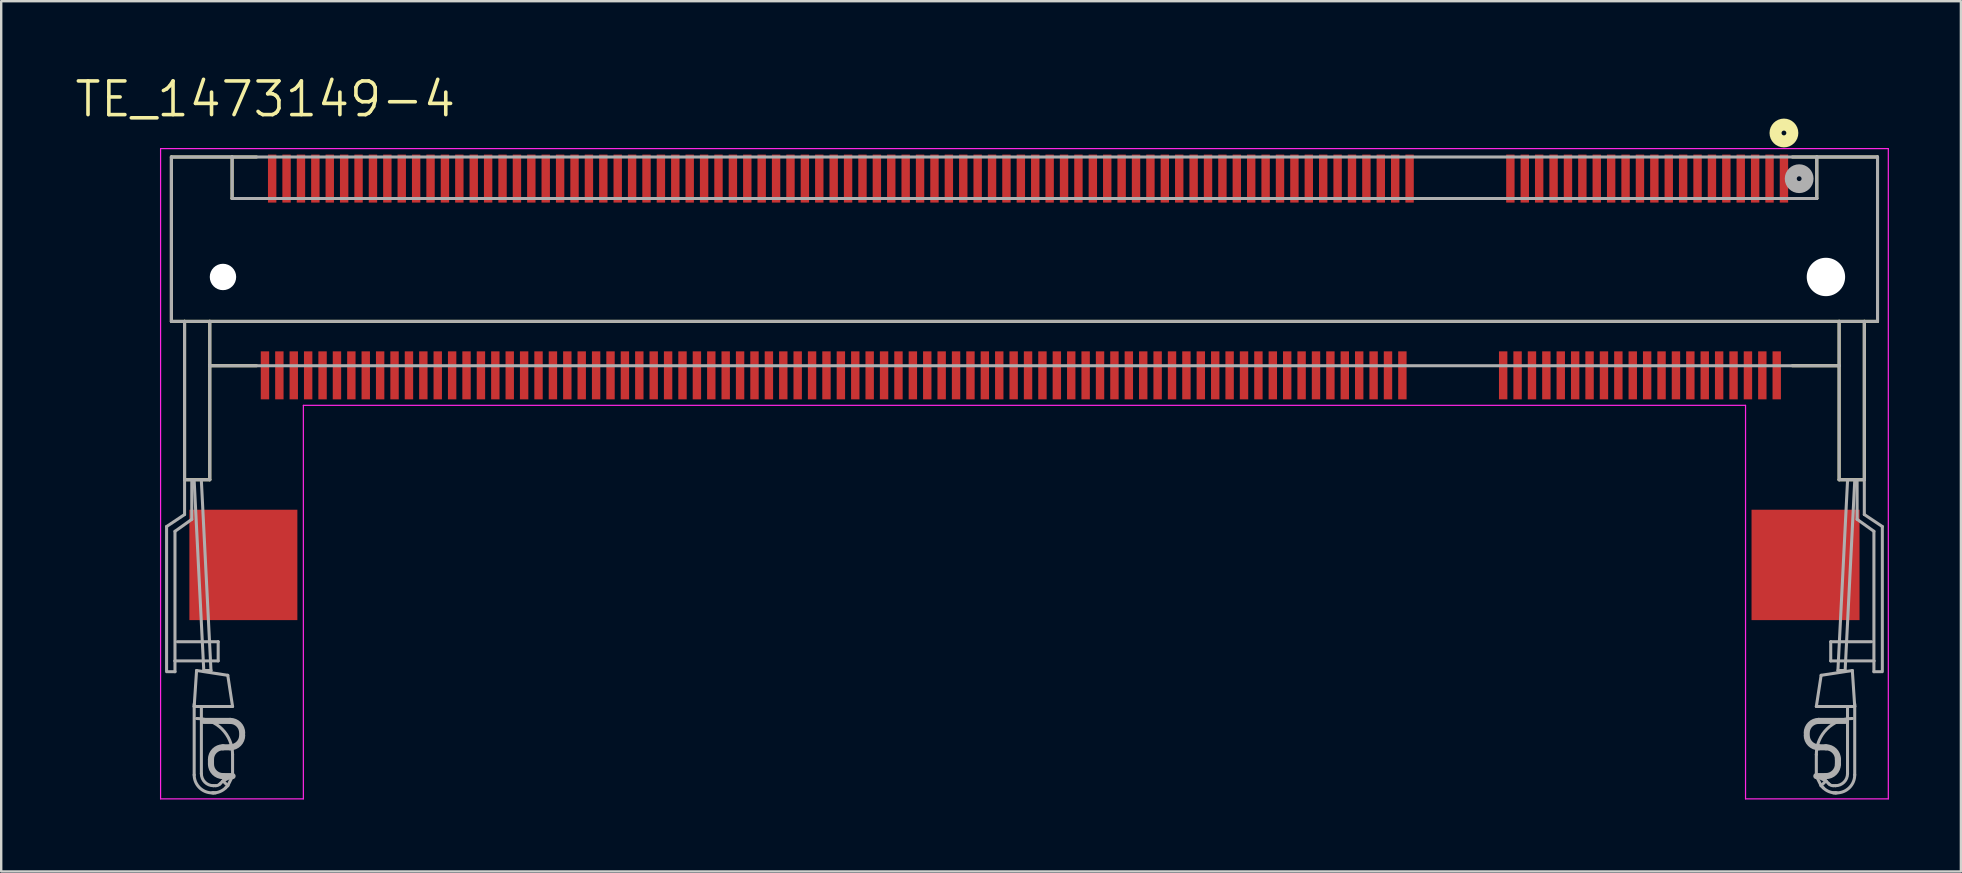
<source format=kicad_pcb>
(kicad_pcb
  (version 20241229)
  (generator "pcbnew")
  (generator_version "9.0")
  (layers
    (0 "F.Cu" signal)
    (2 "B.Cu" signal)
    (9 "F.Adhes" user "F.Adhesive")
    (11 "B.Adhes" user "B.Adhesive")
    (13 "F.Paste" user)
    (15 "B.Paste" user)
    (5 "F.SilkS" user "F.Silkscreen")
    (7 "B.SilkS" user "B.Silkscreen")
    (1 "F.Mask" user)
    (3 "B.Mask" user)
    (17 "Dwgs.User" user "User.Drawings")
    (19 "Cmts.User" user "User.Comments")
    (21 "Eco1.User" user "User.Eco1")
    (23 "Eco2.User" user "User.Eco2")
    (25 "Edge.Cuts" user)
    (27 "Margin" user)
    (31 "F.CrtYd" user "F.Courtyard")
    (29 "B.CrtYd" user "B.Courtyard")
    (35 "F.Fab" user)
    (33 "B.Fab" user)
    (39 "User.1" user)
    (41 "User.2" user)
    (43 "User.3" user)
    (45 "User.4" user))
  (footprint "TE_1473149-4"
    (layer "F.Cu")
    (at 39.642 8.492)
    (property "Reference" "TE_1473149-4" (at -31.637 -7.408 0) (layer "F.SilkS") (effects (font (size 1.404 1.404) (thickness 0.15))))
    (attr smd)
    (fp_line (start -35.55 -5) (end -35.55 1.85) (stroke (width 0.127) (type solid)) (layer "F.SilkS"))
    (fp_line (start -35.55 -5) (end -33.02 -5) (stroke (width 0.127) (type solid)) (layer "F.SilkS"))
    (fp_line (start -35.55 1.85) (end -35 1.85) (stroke (width 0.127) (type solid)) (layer "F.SilkS"))
    (fp_line (start -35 1.85) (end -35 8.45) (stroke (width 0.127) (type solid)) (layer "F.SilkS"))
    (fp_line (start -35 1.85) (end -33.95 1.85) (stroke (width 0.127) (type solid)) (layer "F.SilkS"))
    (fp_line (start -33.95 1.85) (end -33.95 3.7) (stroke (width 0.127) (type solid)) (layer "F.SilkS"))
    (fp_line (start -33.95 1.85) (end 33.95 1.85) (stroke (width 0.127) (type solid)) (layer "F.SilkS"))
    (fp_line (start -33.95 3.7) (end -33.95 8.45) (stroke (width 0.127) (type solid)) (layer "F.SilkS"))
    (fp_line (start -33.95 3.7) (end -32 3.7) (stroke (width 0.127) (type solid)) (layer "F.SilkS"))
    (fp_line (start -33.95 8.45) (end -35 8.45) (stroke (width 0.127) (type solid)) (layer "F.SilkS"))
    (fp_line (start -33.02 -5) (end -33.02 -3.27) (stroke (width 0.127) (type solid)) (layer "F.SilkS"))
    (fp_line (start -33.02 -3.27) (end -32 -3.27) (stroke (width 0.127) (type solid)) (layer "F.SilkS"))
    (fp_line (start -33 -5) (end -32 -5) (stroke (width 0.127) (type solid)) (layer "F.SilkS"))
    (fp_line (start 32 -5) (end 33 -5) (stroke (width 0.127) (type solid)) (layer "F.SilkS"))
    (fp_line (start 32 3.7) (end 33.95 3.7) (stroke (width 0.127) (type solid)) (layer "F.SilkS"))
    (fp_line (start 33.02 -5) (end 33.02 -3.27) (stroke (width 0.127) (type solid)) (layer "F.SilkS"))
    (fp_line (start 33.02 -3.27) (end 32 -3.27) (stroke (width 0.127) (type solid)) (layer "F.SilkS"))
    (fp_line (start 33.95 1.85) (end 33.95 8.45) (stroke (width 0.127) (type solid)) (layer "F.SilkS"))
    (fp_line (start 33.95 1.85) (end 35 1.85) (stroke (width 0.127) (type solid)) (layer "F.SilkS"))
    (fp_line (start 33.95 8.45) (end 35 8.45) (stroke (width 0.127) (type solid)) (layer "F.SilkS"))
    (fp_line (start 35 1.85) (end 35.55 1.85) (stroke (width 0.127) (type solid)) (layer "F.SilkS"))
    (fp_line (start 35 8.45) (end 35 1.85) (stroke (width 0.127) (type solid)) (layer "F.SilkS"))
    (fp_line (start 35.55 -5) (end 33.02 -5) (stroke (width 0.127) (type solid)) (layer "F.SilkS"))
    (fp_line (start 35.55 1.85) (end 35.55 -5) (stroke (width 0.127) (type solid)) (layer "F.SilkS"))
    (fp_circle (center 31.65 -6) (end 31.75 -6) (stroke (width 0.5) (type solid)) (fill no) (layer "F.SilkS"))
    (fp_line (start -36 -5.35) (end 36 -5.35) (stroke (width 0.05) (type solid)) (layer "F.CrtYd"))
    (fp_line (start -36 21.75) (end -36 -5.35) (stroke (width 0.05) (type solid)) (layer "F.CrtYd"))
    (fp_line (start -36 21.75) (end -30.05 21.75) (stroke (width 0.05) (type solid)) (layer "F.CrtYd"))
    (fp_line (start -30.05 5.35) (end 30.05 5.35) (stroke (width 0.05) (type solid)) (layer "F.CrtYd"))
    (fp_line (start -30.05 21.75) (end -30.05 5.35) (stroke (width 0.05) (type solid)) (layer "F.CrtYd"))
    (fp_line (start 30.05 5.35) (end 30.05 21.75) (stroke (width 0.05) (type solid)) (layer "F.CrtYd"))
    (fp_line (start 30.05 21.75) (end 36 21.75) (stroke (width 0.05) (type solid)) (layer "F.CrtYd"))
    (fp_line (start 36 -5.35) (end 36 21.75) (stroke (width 0.05) (type solid)) (layer "F.CrtYd"))
    (fp_line (start -35.75 10.4) (end -35.75 16.45) (stroke (width 0.127) (type solid)) (layer "F.Fab"))
    (fp_line (start -35.7 16.45) (end -35.4 16.45) (stroke (width 0.127) (type solid)) (layer "F.Fab"))
    (fp_line (start -35.55 -5) (end -35.55 1.85) (stroke (width 0.127) (type solid)) (layer "F.Fab"))
    (fp_line (start -35.55 1.85) (end -35 1.85) (stroke (width 0.127) (type solid)) (layer "F.Fab"))
    (fp_line (start -35.4 16) (end -35.4 10.6) (stroke (width 0.127) (type solid)) (layer "F.Fab"))
    (fp_line (start -35.4 16.45) (end -35.4 16) (stroke (width 0.127) (type solid)) (layer "F.Fab"))
    (fp_line (start -35.3 15.2) (end -33.6 15.2) (stroke (width 0.127) (type solid)) (layer "F.Fab"))
    (fp_line (start -35 1.85) (end -35 8.45) (stroke (width 0.127) (type solid)) (layer "F.Fab"))
    (fp_line (start -35 1.85) (end -33.95 1.85) (stroke (width 0.127) (type solid)) (layer "F.Fab"))
    (fp_line (start -35 8.45) (end -35 9.9) (stroke (width 0.127) (type solid)) (layer "F.Fab"))
    (fp_line (start -35 8.45) (end -33.95 8.45) (stroke (width 0.127) (type solid)) (layer "F.Fab"))
    (fp_line (start -35 9.9) (end -35.75 10.4) (stroke (width 0.127) (type solid)) (layer "F.Fab"))
    (fp_line (start -34.7 8.5) (end -34.7 10.1) (stroke (width 0.127) (type solid)) (layer "F.Fab"))
    (fp_line (start -34.7 10.1) (end -35.4 10.6) (stroke (width 0.127) (type solid)) (layer "F.Fab"))
    (fp_line (start -34.6 8.5) (end -34.2 16.4) (stroke (width 0.127) (type solid)) (layer "F.Fab"))
    (fp_line (start -34.6 17.8) (end -34.6 20.75) (stroke (width 0.127) (type solid)) (layer "F.Fab"))
    (fp_line (start -34.6 17.9) (end -34.5 16.4) (stroke (width 0.127) (type solid)) (layer "F.Fab"))
    (fp_line (start -34.5 16.4) (end -33.2 16.6) (stroke (width 0.127) (type solid)) (layer "F.Fab"))
    (fp_line (start -34.3 17.9) (end -34.6 17.9) (stroke (width 0.127) (type solid)) (layer "F.Fab"))
    (fp_line (start -34.3 20.7) (end -34.3 17.9) (stroke (width 0.127) (type solid)) (layer "F.Fab"))
    (fp_line (start -34.2 16.4) (end -33.9 16.4) (stroke (width 0.127) (type solid)) (layer "F.Fab"))
    (fp_line (start -33.95 1.85) (end 33.95 1.85) (stroke (width 0.127) (type solid)) (layer "F.Fab"))
    (fp_line (start -33.95 3.7) (end -33.95 1.85) (stroke (width 0.127) (type solid)) (layer "F.Fab"))
    (fp_line (start -33.95 8.45) (end -33.95 3.7) (stroke (width 0.127) (type solid)) (layer "F.Fab"))
    (fp_line (start -33.9 16.4) (end -34.3 8.5) (stroke (width 0.127) (type solid)) (layer "F.Fab"))
    (fp_line (start -33.9 20.3) (end -33.9 20.1) (stroke (width 0.254) (type solid)) (layer "F.Fab"))
    (fp_line (start -33.85 21.5) (end -33.8 21.5) (stroke (width 0.127) (type solid)) (layer "F.Fab"))
    (fp_line (start -33.8 21.5) (end -33.707 21.5) (stroke (width 0.127) (type solid)) (layer "F.Fab"))
    (fp_line (start -33.707 21.2) (end -33.8 21.2) (stroke (width 0.127) (type solid)) (layer "F.Fab"))
    (fp_line (start -33.6 15.2) (end -33.6 16) (stroke (width 0.127) (type solid)) (layer "F.Fab"))
    (fp_line (start -33.6 16) (end -35.4 16) (stroke (width 0.127) (type solid)) (layer "F.Fab"))
    (fp_line (start -33.529 21.129) (end -33.4 21) (stroke (width 0.127) (type solid)) (layer "F.Fab"))
    (fp_line (start -33.4 19.6) (end -33.1 19.6) (stroke (width 0.254) (type solid)) (layer "F.Fab"))
    (fp_line (start -33.288 21.288) (end -33.2 21.2) (stroke (width 0.127) (type solid)) (layer "F.Fab"))
    (fp_line (start -33.2 16.6) (end -33 17.9) (stroke (width 0.127) (type solid)) (layer "F.Fab"))
    (fp_line (start -33.2 21.2) (end -33.4 21) (stroke (width 0.127) (type solid)) (layer "F.Fab"))
    (fp_line (start -33.2 21.2) (end -33 20.8) (stroke (width 0.127) (type solid)) (layer "F.Fab"))
    (fp_line (start -33.1 18.5) (end -34.2 18.5) (stroke (width 0.254) (type solid)) (layer "F.Fab"))
    (fp_line (start -33.02 -5) (end -35.55 -5) (stroke (width 0.127) (type solid)) (layer "F.Fab"))
    (fp_line (start -33.02 -3.27) (end -33.02 -5) (stroke (width 0.127) (type solid)) (layer "F.Fab"))
    (fp_line (start -33 17.9) (end -34.3 17.9) (stroke (width 0.127) (type solid)) (layer "F.Fab"))
    (fp_line (start -33 20.8) (end -33.4 20.8) (stroke (width 0.254) (type solid)) (layer "F.Fab"))
    (fp_line (start -33 20.8) (end -33.4 21) (stroke (width 0.127) (type solid)) (layer "F.Fab"))
    (fp_line (start -33 20.8) (end -33 19.9) (stroke (width 0.127) (type solid)) (layer "F.Fab"))
    (fp_line (start -32.6 19.1) (end -32.6 19) (stroke (width 0.127) (type solid)) (layer "F.Fab"))
    (fp_line (start 32.6 19.1) (end 32.6 19) (stroke (width 0.127) (type solid)) (layer "F.Fab"))
    (fp_line (start 33 17.9) (end 34.3 17.9) (stroke (width 0.127) (type solid)) (layer "F.Fab"))
    (fp_line (start 33 20.8) (end 33 19.9) (stroke (width 0.127) (type solid)) (layer "F.Fab"))
    (fp_line (start 33 20.8) (end 33.4 20.8) (stroke (width 0.254) (type solid)) (layer "F.Fab"))
    (fp_line (start 33 20.8) (end 33.4 21) (stroke (width 0.127) (type solid)) (layer "F.Fab"))
    (fp_line (start 33.02 -5) (end -33.02 -5) (stroke (width 0.127) (type solid)) (layer "F.Fab"))
    (fp_line (start 33.02 -5) (end 33.02 -3.27) (stroke (width 0.127) (type solid)) (layer "F.Fab"))
    (fp_line (start 33.02 -3.27) (end -33.02 -3.27) (stroke (width 0.127) (type solid)) (layer "F.Fab"))
    (fp_line (start 33.1 18.5) (end 34.2 18.5) (stroke (width 0.254) (type solid)) (layer "F.Fab"))
    (fp_line (start 33.2 16.6) (end 33 17.9) (stroke (width 0.127) (type solid)) (layer "F.Fab"))
    (fp_line (start 33.2 21.2) (end 33 20.8) (stroke (width 0.127) (type solid)) (layer "F.Fab"))
    (fp_line (start 33.2 21.2) (end 33.4 21) (stroke (width 0.127) (type solid)) (layer "F.Fab"))
    (fp_line (start 33.288 21.288) (end 33.2 21.2) (stroke (width 0.127) (type solid)) (layer "F.Fab"))
    (fp_line (start 33.4 19.6) (end 33.1 19.6) (stroke (width 0.254) (type solid)) (layer "F.Fab"))
    (fp_line (start 33.529 21.129) (end 33.4 21) (stroke (width 0.127) (type solid)) (layer "F.Fab"))
    (fp_line (start 33.6 15.2) (end 33.6 16) (stroke (width 0.127) (type solid)) (layer "F.Fab"))
    (fp_line (start 33.6 16) (end 35.4 16) (stroke (width 0.127) (type solid)) (layer "F.Fab"))
    (fp_line (start 33.707 21.2) (end 33.8 21.2) (stroke (width 0.127) (type solid)) (layer "F.Fab"))
    (fp_line (start 33.8 21.5) (end 33.707 21.5) (stroke (width 0.127) (type solid)) (layer "F.Fab"))
    (fp_line (start 33.85 21.5) (end 33.8 21.5) (stroke (width 0.127) (type solid)) (layer "F.Fab"))
    (fp_line (start 33.9 16.4) (end 34.3 8.5) (stroke (width 0.127) (type solid)) (layer "F.Fab"))
    (fp_line (start 33.9 20.3) (end 33.9 20.1) (stroke (width 0.254) (type solid)) (layer "F.Fab"))
    (fp_line (start 33.95 1.85) (end 33.95 3.7) (stroke (width 0.127) (type solid)) (layer "F.Fab"))
    (fp_line (start 33.95 1.85) (end 35.55 1.85) (stroke (width 0.127) (type solid)) (layer "F.Fab"))
    (fp_line (start 33.95 3.7) (end -33.95 3.7) (stroke (width 0.127) (type solid)) (layer "F.Fab"))
    (fp_line (start 33.95 8.45) (end 33.95 3.7) (stroke (width 0.127) (type solid)) (layer "F.Fab"))
    (fp_line (start 34.2 16.4) (end 33.9 16.4) (stroke (width 0.127) (type solid)) (layer "F.Fab"))
    (fp_line (start 34.3 17.9) (end 34.6 17.9) (stroke (width 0.127) (type solid)) (layer "F.Fab"))
    (fp_line (start 34.3 20.7) (end 34.3 17.9) (stroke (width 0.127) (type solid)) (layer "F.Fab"))
    (fp_line (start 34.5 16.4) (end 33.2 16.6) (stroke (width 0.127) (type solid)) (layer "F.Fab"))
    (fp_line (start 34.6 8.5) (end 34.2 16.4) (stroke (width 0.127) (type solid)) (layer "F.Fab"))
    (fp_line (start 34.6 17.8) (end 34.6 20.75) (stroke (width 0.127) (type solid)) (layer "F.Fab"))
    (fp_line (start 34.6 17.9) (end 34.5 16.4) (stroke (width 0.127) (type solid)) (layer "F.Fab"))
    (fp_line (start 34.7 8.5) (end 34.7 10.1) (stroke (width 0.127) (type solid)) (layer "F.Fab"))
    (fp_line (start 34.7 10.1) (end 35.4 10.6) (stroke (width 0.127) (type solid)) (layer "F.Fab"))
    (fp_line (start 35 1.85) (end 35 8.45) (stroke (width 0.127) (type solid)) (layer "F.Fab"))
    (fp_line (start 35 8.45) (end 33.95 8.45) (stroke (width 0.127) (type solid)) (layer "F.Fab"))
    (fp_line (start 35 8.45) (end 35 9.9) (stroke (width 0.127) (type solid)) (layer "F.Fab"))
    (fp_line (start 35 9.9) (end 35.75 10.4) (stroke (width 0.127) (type solid)) (layer "F.Fab"))
    (fp_line (start 35.3 15.2) (end 33.6 15.2) (stroke (width 0.127) (type solid)) (layer "F.Fab"))
    (fp_line (start 35.4 16) (end 35.4 10.6) (stroke (width 0.127) (type solid)) (layer "F.Fab"))
    (fp_line (start 35.4 16.45) (end 35.4 16) (stroke (width 0.127) (type solid)) (layer "F.Fab"))
    (fp_line (start 35.55 -5) (end 33.02 -5) (stroke (width 0.127) (type solid)) (layer "F.Fab"))
    (fp_line (start 35.55 1.85) (end 35.55 -5) (stroke (width 0.127) (type solid)) (layer "F.Fab"))
    (fp_line (start 35.7 16.45) (end 35.4 16.45) (stroke (width 0.127) (type solid)) (layer "F.Fab"))
    (fp_line (start 35.75 10.4) (end 35.75 16.45) (stroke (width 0.127) (type solid)) (layer "F.Fab"))
    (fp_arc (start -34.5 18.4) (mid -33.43934 18.83934) (end -33 19.9) (stroke (width 0.127) (type solid)) (layer "F.Fab"))
    (fp_arc (start -33.9 20.1) (mid -33.753553 19.746447) (end -33.4 19.6) (stroke (width 0.254) (type solid)) (layer "F.Fab"))
    (fp_arc (start -33.85 21.5) (mid -34.38033 21.28033) (end -34.6 20.75) (stroke (width 0.127) (type solid)) (layer "F.Fab"))
    (fp_arc (start -33.8 21.2) (mid -34.153553 21.053553) (end -34.3 20.7) (stroke (width 0.127) (type solid)) (layer "F.Fab"))
    (fp_arc (start -33.5293 21.1293) (mid -33.607619 21.181627) (end -33.7 21.2) (stroke (width 0.127) (type solid)) (layer "F.Fab"))
    (fp_arc (start -33.4 20.8) (mid -33.753553 20.653553) (end -33.9 20.3) (stroke (width 0.254) (type solid)) (layer "F.Fab"))
    (fp_arc (start -33.2879 21.2879) (mid -33.522855 21.444881) (end -33.8 21.5) (stroke (width 0.127) (type solid)) (layer "F.Fab"))
    (fp_arc (start -33.1 18.5) (mid -32.746447 18.646447) (end -32.6 19) (stroke (width 0.254) (type solid)) (layer "F.Fab"))
    (fp_arc (start -32.6 19.1) (mid -32.746447 19.453553) (end -33.1 19.6) (stroke (width 0.254) (type solid)) (layer "F.Fab"))
    (fp_arc (start 32.6 19) (mid 32.746447 18.646447) (end 33.1 18.5) (stroke (width 0.254) (type solid)) (layer "F.Fab"))
    (fp_arc (start 33 19.9) (mid 33.43934 18.83934) (end 34.5 18.4) (stroke (width 0.127) (type solid)) (layer "F.Fab"))
    (fp_arc (start 33.1 19.6) (mid 32.746447 19.453553) (end 32.6 19.1) (stroke (width 0.254) (type solid)) (layer "F.Fab"))
    (fp_arc (start 33.4 19.6) (mid 33.753553 19.746447) (end 33.9 20.1) (stroke (width 0.254) (type solid)) (layer "F.Fab"))
    (fp_arc (start 33.7 21.2) (mid 33.607619 21.181627) (end 33.5293 21.1293) (stroke (width 0.127) (type solid)) (layer "F.Fab"))
    (fp_arc (start 33.8 21.5) (mid 33.522856 21.444881) (end 33.2879 21.2879) (stroke (width 0.127) (type solid)) (layer "F.Fab"))
    (fp_arc (start 33.9 20.3) (mid 33.753553 20.653553) (end 33.4 20.8) (stroke (width 0.254) (type solid)) (layer "F.Fab"))
    (fp_arc (start 34.3 20.7) (mid 34.153553 21.053553) (end 33.8 21.2) (stroke (width 0.127) (type solid)) (layer "F.Fab"))
    (fp_arc (start 34.6 20.75) (mid 34.38033 21.28033) (end 33.85 21.5) (stroke (width 0.127) (type solid)) (layer "F.Fab"))
    (fp_circle (center 32.285 -4.095) (end 32.385 -4.095) (stroke (width 0.5) (type solid)) (fill no) (layer "F.Fab"))
    (pad "" np_thru_hole circle (at -33.4 0) (size 1.1 1.1) (drill 1.1) (layers "*.Cu" "*.Mask"))
    (pad "" np_thru_hole circle (at 33.4 0) (size 1.6 1.6) (drill 1.6) (layers "*.Cu" "*.Mask"))
    (pad "1" smd rect (at 31.65 -4.1) (size 0.35 2) (layers "F.Cu" "F.Mask" "F.Paste"))
    (pad "2" smd rect (at 31.35 4.1) (size 0.35 2) (layers "F.Cu" "F.Mask" "F.Paste"))
    (pad "3" smd rect (at 31.05 -4.1) (size 0.35 2) (layers "F.Cu" "F.Mask" "F.Paste"))
    (pad "4" smd rect (at 30.75 4.1) (size 0.35 2) (layers "F.Cu" "F.Mask" "F.Paste"))
    (pad "5" smd rect (at 30.45 -4.1) (size 0.35 2) (layers "F.Cu" "F.Mask" "F.Paste"))
    (pad "6" smd rect (at 30.15 4.1) (size 0.35 2) (layers "F.Cu" "F.Mask" "F.Paste"))
    (pad "7" smd rect (at 29.85 -4.1) (size 0.35 2) (layers "F.Cu" "F.Mask" "F.Paste"))
    (pad "8" smd rect (at 29.55 4.1) (size 0.35 2) (layers "F.Cu" "F.Mask" "F.Paste"))
    (pad "9" smd rect (at 29.25 -4.1) (size 0.35 2) (layers "F.Cu" "F.Mask" "F.Paste"))
    (pad "10" smd rect (at 28.95 4.1) (size 0.35 2) (layers "F.Cu" "F.Mask" "F.Paste"))
    (pad "11" smd rect (at 28.65 -4.1) (size 0.35 2) (layers "F.Cu" "F.Mask" "F.Paste"))
    (pad "12" smd rect (at 28.35 4.1) (size 0.35 2) (layers "F.Cu" "F.Mask" "F.Paste"))
    (pad "13" smd rect (at 28.05 -4.1) (size 0.35 2) (layers "F.Cu" "F.Mask" "F.Paste"))
    (pad "14" smd rect (at 27.75 4.1) (size 0.35 2) (layers "F.Cu" "F.Mask" "F.Paste"))
    (pad "15" smd rect (at 27.45 -4.1) (size 0.35 2) (layers "F.Cu" "F.Mask" "F.Paste"))
    (pad "16" smd rect (at 27.15 4.1) (size 0.35 2) (layers "F.Cu" "F.Mask" "F.Paste"))
    (pad "17" smd rect (at 26.85 -4.1) (size 0.35 2) (layers "F.Cu" "F.Mask" "F.Paste"))
    (pad "18" smd rect (at 26.55 4.1) (size 0.35 2) (layers "F.Cu" "F.Mask" "F.Paste"))
    (pad "19" smd rect (at 26.25 -4.1) (size 0.35 2) (layers "F.Cu" "F.Mask" "F.Paste"))
    (pad "20" smd rect (at 25.95 4.1) (size 0.35 2) (layers "F.Cu" "F.Mask" "F.Paste"))
    (pad "21" smd rect (at 25.65 -4.1) (size 0.35 2) (layers "F.Cu" "F.Mask" "F.Paste"))
    (pad "22" smd rect (at 25.35 4.1) (size 0.35 2) (layers "F.Cu" "F.Mask" "F.Paste"))
    (pad "23" smd rect (at 25.05 -4.1) (size 0.35 2) (layers "F.Cu" "F.Mask" "F.Paste"))
    (pad "24" smd rect (at 24.75 4.1) (size 0.35 2) (layers "F.Cu" "F.Mask" "F.Paste"))
    (pad "25" smd rect (at 24.45 -4.1) (size 0.35 2) (layers "F.Cu" "F.Mask" "F.Paste"))
    (pad "26" smd rect (at 24.15 4.1) (size 0.35 2) (layers "F.Cu" "F.Mask" "F.Paste"))
    (pad "27" smd rect (at 23.85 -4.1) (size 0.35 2) (layers "F.Cu" "F.Mask" "F.Paste"))
    (pad "28" smd rect (at 23.55 4.1) (size 0.35 2) (layers "F.Cu" "F.Mask" "F.Paste"))
    (pad "29" smd rect (at 23.25 -4.1) (size 0.35 2) (layers "F.Cu" "F.Mask" "F.Paste"))
    (pad "30" smd rect (at 22.95 4.1) (size 0.35 2) (layers "F.Cu" "F.Mask" "F.Paste"))
    (pad "31" smd rect (at 22.65 -4.1) (size 0.35 2) (layers "F.Cu" "F.Mask" "F.Paste"))
    (pad "32" smd rect (at 22.35 4.1) (size 0.35 2) (layers "F.Cu" "F.Mask" "F.Paste"))
    (pad "33" smd rect (at 22.05 -4.1) (size 0.35 2) (layers "F.Cu" "F.Mask" "F.Paste"))
    (pad "34" smd rect (at 21.75 4.1) (size 0.35 2) (layers "F.Cu" "F.Mask" "F.Paste"))
    (pad "35" smd rect (at 21.45 -4.1) (size 0.35 2) (layers "F.Cu" "F.Mask" "F.Paste"))
    (pad "36" smd rect (at 21.15 4.1) (size 0.35 2) (layers "F.Cu" "F.Mask" "F.Paste"))
    (pad "37" smd rect (at 20.85 -4.1) (size 0.35 2) (layers "F.Cu" "F.Mask" "F.Paste"))
    (pad "38" smd rect (at 20.55 4.1) (size 0.35 2) (layers "F.Cu" "F.Mask" "F.Paste"))
    (pad "39" smd rect (at 20.25 -4.1) (size 0.35 2) (layers "F.Cu" "F.Mask" "F.Paste"))
    (pad "40" smd rect (at 19.95 4.1) (size 0.35 2) (layers "F.Cu" "F.Mask" "F.Paste"))
    (pad "41" smd rect (at 16.05 -4.1) (size 0.35 2) (layers "F.Cu" "F.Mask" "F.Paste"))
    (pad "42" smd rect (at 15.75 4.1) (size 0.35 2) (layers "F.Cu" "F.Mask" "F.Paste"))
    (pad "43" smd rect (at 15.45 -4.1) (size 0.35 2) (layers "F.Cu" "F.Mask" "F.Paste"))
    (pad "44" smd rect (at 15.15 4.1) (size 0.35 2) (layers "F.Cu" "F.Mask" "F.Paste"))
    (pad "45" smd rect (at 14.85 -4.1) (size 0.35 2) (layers "F.Cu" "F.Mask" "F.Paste"))
    (pad "46" smd rect (at 14.55 4.1) (size 0.35 2) (layers "F.Cu" "F.Mask" "F.Paste"))
    (pad "47" smd rect (at 14.25 -4.1) (size 0.35 2) (layers "F.Cu" "F.Mask" "F.Paste"))
    (pad "48" smd rect (at 13.95 4.1) (size 0.35 2) (layers "F.Cu" "F.Mask" "F.Paste"))
    (pad "49" smd rect (at 13.65 -4.1) (size 0.35 2) (layers "F.Cu" "F.Mask" "F.Paste"))
    (pad "50" smd rect (at 13.35 4.1) (size 0.35 2) (layers "F.Cu" "F.Mask" "F.Paste"))
    (pad "51" smd rect (at 13.05 -4.1) (size 0.35 2) (layers "F.Cu" "F.Mask" "F.Paste"))
    (pad "52" smd rect (at 12.75 4.1) (size 0.35 2) (layers "F.Cu" "F.Mask" "F.Paste"))
    (pad "53" smd rect (at 12.45 -4.1) (size 0.35 2) (layers "F.Cu" "F.Mask" "F.Paste"))
    (pad "54" smd rect (at 12.15 4.1) (size 0.35 2) (layers "F.Cu" "F.Mask" "F.Paste"))
    (pad "55" smd rect (at 11.85 -4.1) (size 0.35 2) (layers "F.Cu" "F.Mask" "F.Paste"))
    (pad "56" smd rect (at 11.55 4.1) (size 0.35 2) (layers "F.Cu" "F.Mask" "F.Paste"))
    (pad "57" smd rect (at 11.25 -4.1) (size 0.35 2) (layers "F.Cu" "F.Mask" "F.Paste"))
    (pad "58" smd rect (at 10.95 4.1) (size 0.35 2) (layers "F.Cu" "F.Mask" "F.Paste"))
    (pad "59" smd rect (at 10.65 -4.1) (size 0.35 2) (layers "F.Cu" "F.Mask" "F.Paste"))
    (pad "60" smd rect (at 10.35 4.1) (size 0.35 2) (layers "F.Cu" "F.Mask" "F.Paste"))
    (pad "61" smd rect (at 10.05 -4.1) (size 0.35 2) (layers "F.Cu" "F.Mask" "F.Paste"))
    (pad "62" smd rect (at 9.75 4.1) (size 0.35 2) (layers "F.Cu" "F.Mask" "F.Paste"))
    (pad "63" smd rect (at 9.45 -4.1) (size 0.35 2) (layers "F.Cu" "F.Mask" "F.Paste"))
    (pad "64" smd rect (at 9.15 4.1) (size 0.35 2) (layers "F.Cu" "F.Mask" "F.Paste"))
    (pad "65" smd rect (at 8.85 -4.1) (size 0.35 2) (layers "F.Cu" "F.Mask" "F.Paste"))
    (pad "66" smd rect (at 8.55 4.1) (size 0.35 2) (layers "F.Cu" "F.Mask" "F.Paste"))
    (pad "67" smd rect (at 8.25 -4.1) (size 0.35 2) (layers "F.Cu" "F.Mask" "F.Paste"))
    (pad "68" smd rect (at 7.95 4.1) (size 0.35 2) (layers "F.Cu" "F.Mask" "F.Paste"))
    (pad "69" smd rect (at 7.65 -4.1) (size 0.35 2) (layers "F.Cu" "F.Mask" "F.Paste"))
    (pad "70" smd rect (at 7.35 4.1) (size 0.35 2) (layers "F.Cu" "F.Mask" "F.Paste"))
    (pad "71" smd rect (at 7.05 -4.1) (size 0.35 2) (layers "F.Cu" "F.Mask" "F.Paste"))
    (pad "72" smd rect (at 6.75 4.1) (size 0.35 2) (layers "F.Cu" "F.Mask" "F.Paste"))
    (pad "73" smd rect (at 6.45 -4.1) (size 0.35 2) (layers "F.Cu" "F.Mask" "F.Paste"))
    (pad "74" smd rect (at 6.15 4.1) (size 0.35 2) (layers "F.Cu" "F.Mask" "F.Paste"))
    (pad "75" smd rect (at 5.85 -4.1) (size 0.35 2) (layers "F.Cu" "F.Mask" "F.Paste"))
    (pad "76" smd rect (at 5.55 4.1) (size 0.35 2) (layers "F.Cu" "F.Mask" "F.Paste"))
    (pad "77" smd rect (at 5.25 -4.1) (size 0.35 2) (layers "F.Cu" "F.Mask" "F.Paste"))
    (pad "78" smd rect (at 4.95 4.1) (size 0.35 2) (layers "F.Cu" "F.Mask" "F.Paste"))
    (pad "79" smd rect (at 4.65 -4.1) (size 0.35 2) (layers "F.Cu" "F.Mask" "F.Paste"))
    (pad "80" smd rect (at 4.35 4.1) (size 0.35 2) (layers "F.Cu" "F.Mask" "F.Paste"))
    (pad "81" smd rect (at 4.05 -4.1) (size 0.35 2) (layers "F.Cu" "F.Mask" "F.Paste"))
    (pad "82" smd rect (at 3.75 4.1) (size 0.35 2) (layers "F.Cu" "F.Mask" "F.Paste"))
    (pad "83" smd rect (at 3.45 -4.1) (size 0.35 2) (layers "F.Cu" "F.Mask" "F.Paste"))
    (pad "84" smd rect (at 3.15 4.1) (size 0.35 2) (layers "F.Cu" "F.Mask" "F.Paste"))
    (pad "85" smd rect (at 2.85 -4.1) (size 0.35 2) (layers "F.Cu" "F.Mask" "F.Paste"))
    (pad "86" smd rect (at 2.55 4.1) (size 0.35 2) (layers "F.Cu" "F.Mask" "F.Paste"))
    (pad "87" smd rect (at 2.25 -4.1) (size 0.35 2) (layers "F.Cu" "F.Mask" "F.Paste"))
    (pad "88" smd rect (at 1.95 4.1) (size 0.35 2) (layers "F.Cu" "F.Mask" "F.Paste"))
    (pad "89" smd rect (at 1.65 -4.1) (size 0.35 2) (layers "F.Cu" "F.Mask" "F.Paste"))
    (pad "90" smd rect (at 1.35 4.1) (size 0.35 2) (layers "F.Cu" "F.Mask" "F.Paste"))
    (pad "91" smd rect (at 1.05 -4.1) (size 0.35 2) (layers "F.Cu" "F.Mask" "F.Paste"))
    (pad "92" smd rect (at 0.75 4.1) (size 0.35 2) (layers "F.Cu" "F.Mask" "F.Paste"))
    (pad "93" smd rect (at 0.45 -4.1) (size 0.35 2) (layers "F.Cu" "F.Mask" "F.Paste"))
    (pad "94" smd rect (at 0.15 4.1) (size 0.35 2) (layers "F.Cu" "F.Mask" "F.Paste"))
    (pad "95" smd rect (at -0.15 -4.1) (size 0.35 2) (layers "F.Cu" "F.Mask" "F.Paste"))
    (pad "96" smd rect (at -0.45 4.1) (size 0.35 2) (layers "F.Cu" "F.Mask" "F.Paste"))
    (pad "97" smd rect (at -0.75 -4.1) (size 0.35 2) (layers "F.Cu" "F.Mask" "F.Paste"))
    (pad "98" smd rect (at -1.05 4.1) (size 0.35 2) (layers "F.Cu" "F.Mask" "F.Paste"))
    (pad "99" smd rect (at -1.35 -4.1) (size 0.35 2) (layers "F.Cu" "F.Mask" "F.Paste"))
    (pad "100" smd rect (at -1.65 4.1) (size 0.35 2) (layers "F.Cu" "F.Mask" "F.Paste"))
    (pad "101" smd rect (at -1.95 -4.1) (size 0.35 2) (layers "F.Cu" "F.Mask" "F.Paste"))
    (pad "102" smd rect (at -2.25 4.1) (size 0.35 2) (layers "F.Cu" "F.Mask" "F.Paste"))
    (pad "103" smd rect (at -2.55 -4.1) (size 0.35 2) (layers "F.Cu" "F.Mask" "F.Paste"))
    (pad "104" smd rect (at -2.85 4.1) (size 0.35 2) (layers "F.Cu" "F.Mask" "F.Paste"))
    (pad "105" smd rect (at -3.15 -4.1) (size 0.35 2) (layers "F.Cu" "F.Mask" "F.Paste"))
    (pad "106" smd rect (at -3.45 4.1) (size 0.35 2) (layers "F.Cu" "F.Mask" "F.Paste"))
    (pad "107" smd rect (at -3.75 -4.1) (size 0.35 2) (layers "F.Cu" "F.Mask" "F.Paste"))
    (pad "108" smd rect (at -4.05 4.1) (size 0.35 2) (layers "F.Cu" "F.Mask" "F.Paste"))
    (pad "109" smd rect (at -4.35 -4.1) (size 0.35 2) (layers "F.Cu" "F.Mask" "F.Paste"))
    (pad "110" smd rect (at -4.65 4.1) (size 0.35 2) (layers "F.Cu" "F.Mask" "F.Paste"))
    (pad "111" smd rect (at -4.95 -4.1) (size 0.35 2) (layers "F.Cu" "F.Mask" "F.Paste"))
    (pad "112" smd rect (at -5.25 4.1) (size 0.35 2) (layers "F.Cu" "F.Mask" "F.Paste"))
    (pad "113" smd rect (at -5.55 -4.1) (size 0.35 2) (layers "F.Cu" "F.Mask" "F.Paste"))
    (pad "114" smd rect (at -5.85 4.1) (size 0.35 2) (layers "F.Cu" "F.Mask" "F.Paste"))
    (pad "115" smd rect (at -6.15 -4.1) (size 0.35 2) (layers "F.Cu" "F.Mask" "F.Paste"))
    (pad "116" smd rect (at -6.45 4.1) (size 0.35 2) (layers "F.Cu" "F.Mask" "F.Paste"))
    (pad "117" smd rect (at -6.75 -4.1) (size 0.35 2) (layers "F.Cu" "F.Mask" "F.Paste"))
    (pad "118" smd rect (at -7.05 4.1) (size 0.35 2) (layers "F.Cu" "F.Mask" "F.Paste"))
    (pad "119" smd rect (at -7.35 -4.1) (size 0.35 2) (layers "F.Cu" "F.Mask" "F.Paste"))
    (pad "120" smd rect (at -7.65 4.1) (size 0.35 2) (layers "F.Cu" "F.Mask" "F.Paste"))
    (pad "121" smd rect (at -7.95 -4.1) (size 0.35 2) (layers "F.Cu" "F.Mask" "F.Paste"))
    (pad "122" smd rect (at -8.25 4.1) (size 0.35 2) (layers "F.Cu" "F.Mask" "F.Paste"))
    (pad "123" smd rect (at -8.55 -4.1) (size 0.35 2) (layers "F.Cu" "F.Mask" "F.Paste"))
    (pad "124" smd rect (at -8.85 4.1) (size 0.35 2) (layers "F.Cu" "F.Mask" "F.Paste"))
    (pad "125" smd rect (at -9.15 -4.1) (size 0.35 2) (layers "F.Cu" "F.Mask" "F.Paste"))
    (pad "126" smd rect (at -9.45 4.1) (size 0.35 2) (layers "F.Cu" "F.Mask" "F.Paste"))
    (pad "127" smd rect (at -9.75 -4.1) (size 0.35 2) (layers "F.Cu" "F.Mask" "F.Paste"))
    (pad "128" smd rect (at -10.05 4.1) (size 0.35 2) (layers "F.Cu" "F.Mask" "F.Paste"))
    (pad "129" smd rect (at -10.35 -4.1) (size 0.35 2) (layers "F.Cu" "F.Mask" "F.Paste"))
    (pad "130" smd rect (at -10.65 4.1) (size 0.35 2) (layers "F.Cu" "F.Mask" "F.Paste"))
    (pad "131" smd rect (at -10.95 -4.1) (size 0.35 2) (layers "F.Cu" "F.Mask" "F.Paste"))
    (pad "132" smd rect (at -11.25 4.1) (size 0.35 2) (layers "F.Cu" "F.Mask" "F.Paste"))
    (pad "133" smd rect (at -11.55 -4.1) (size 0.35 2) (layers "F.Cu" "F.Mask" "F.Paste"))
    (pad "134" smd rect (at -11.85 4.1) (size 0.35 2) (layers "F.Cu" "F.Mask" "F.Paste"))
    (pad "135" smd rect (at -12.15 -4.1) (size 0.35 2) (layers "F.Cu" "F.Mask" "F.Paste"))
    (pad "136" smd rect (at -12.45 4.1) (size 0.35 2) (layers "F.Cu" "F.Mask" "F.Paste"))
    (pad "137" smd rect (at -12.75 -4.1) (size 0.35 2) (layers "F.Cu" "F.Mask" "F.Paste"))
    (pad "138" smd rect (at -13.05 4.1) (size 0.35 2) (layers "F.Cu" "F.Mask" "F.Paste"))
    (pad "139" smd rect (at -13.35 -4.1) (size 0.35 2) (layers "F.Cu" "F.Mask" "F.Paste"))
    (pad "140" smd rect (at -13.65 4.1) (size 0.35 2) (layers "F.Cu" "F.Mask" "F.Paste"))
    (pad "141" smd rect (at -13.95 -4.1) (size 0.35 2) (layers "F.Cu" "F.Mask" "F.Paste"))
    (pad "142" smd rect (at -14.25 4.1) (size 0.35 2) (layers "F.Cu" "F.Mask" "F.Paste"))
    (pad "143" smd rect (at -14.55 -4.1) (size 0.35 2) (layers "F.Cu" "F.Mask" "F.Paste"))
    (pad "144" smd rect (at -14.85 4.1) (size 0.35 2) (layers "F.Cu" "F.Mask" "F.Paste"))
    (pad "145" smd rect (at -15.15 -4.1) (size 0.35 2) (layers "F.Cu" "F.Mask" "F.Paste"))
    (pad "146" smd rect (at -15.45 4.1) (size 0.35 2) (layers "F.Cu" "F.Mask" "F.Paste"))
    (pad "147" smd rect (at -15.75 -4.1) (size 0.35 2) (layers "F.Cu" "F.Mask" "F.Paste"))
    (pad "148" smd rect (at -16.05 4.1) (size 0.35 2) (layers "F.Cu" "F.Mask" "F.Paste"))
    (pad "149" smd rect (at -16.35 -4.1) (size 0.35 2) (layers "F.Cu" "F.Mask" "F.Paste"))
    (pad "150" smd rect (at -16.65 4.1) (size 0.35 2) (layers "F.Cu" "F.Mask" "F.Paste"))
    (pad "151" smd rect (at -16.95 -4.1) (size 0.35 2) (layers "F.Cu" "F.Mask" "F.Paste"))
    (pad "152" smd rect (at -17.25 4.1) (size 0.35 2) (layers "F.Cu" "F.Mask" "F.Paste"))
    (pad "153" smd rect (at -17.55 -4.1) (size 0.35 2) (layers "F.Cu" "F.Mask" "F.Paste"))
    (pad "154" smd rect (at -17.85 4.1) (size 0.35 2) (layers "F.Cu" "F.Mask" "F.Paste"))
    (pad "155" smd rect (at -18.15 -4.1) (size 0.35 2) (layers "F.Cu" "F.Mask" "F.Paste"))
    (pad "156" smd rect (at -18.45 4.1) (size 0.35 2) (layers "F.Cu" "F.Mask" "F.Paste"))
    (pad "157" smd rect (at -18.75 -4.1) (size 0.35 2) (layers "F.Cu" "F.Mask" "F.Paste"))
    (pad "158" smd rect (at -19.05 4.1) (size 0.35 2) (layers "F.Cu" "F.Mask" "F.Paste"))
    (pad "159" smd rect (at -19.35 -4.1) (size 0.35 2) (layers "F.Cu" "F.Mask" "F.Paste"))
    (pad "160" smd rect (at -19.65 4.1) (size 0.35 2) (layers "F.Cu" "F.Mask" "F.Paste"))
    (pad "161" smd rect (at -19.95 -4.1) (size 0.35 2) (layers "F.Cu" "F.Mask" "F.Paste"))
    (pad "162" smd rect (at -20.25 4.1) (size 0.35 2) (layers "F.Cu" "F.Mask" "F.Paste"))
    (pad "163" smd rect (at -20.55 -4.1) (size 0.35 2) (layers "F.Cu" "F.Mask" "F.Paste"))
    (pad "164" smd rect (at -20.85 4.1) (size 0.35 2) (layers "F.Cu" "F.Mask" "F.Paste"))
    (pad "165" smd rect (at -21.15 -4.1) (size 0.35 2) (layers "F.Cu" "F.Mask" "F.Paste"))
    (pad "166" smd rect (at -21.45 4.1) (size 0.35 2) (layers "F.Cu" "F.Mask" "F.Paste"))
    (pad "167" smd rect (at -21.75 -4.1) (size 0.35 2) (layers "F.Cu" "F.Mask" "F.Paste"))
    (pad "168" smd rect (at -22.05 4.1) (size 0.35 2) (layers "F.Cu" "F.Mask" "F.Paste"))
    (pad "169" smd rect (at -22.35 -4.1) (size 0.35 2) (layers "F.Cu" "F.Mask" "F.Paste"))
    (pad "170" smd rect (at -22.65 4.1) (size 0.35 2) (layers "F.Cu" "F.Mask" "F.Paste"))
    (pad "171" smd rect (at -22.95 -4.1) (size 0.35 2) (layers "F.Cu" "F.Mask" "F.Paste"))
    (pad "172" smd rect (at -23.25 4.1) (size 0.35 2) (layers "F.Cu" "F.Mask" "F.Paste"))
    (pad "173" smd rect (at -23.55 -4.1) (size 0.35 2) (layers "F.Cu" "F.Mask" "F.Paste"))
    (pad "174" smd rect (at -23.85 4.1) (size 0.35 2) (layers "F.Cu" "F.Mask" "F.Paste"))
    (pad "175" smd rect (at -24.15 -4.1) (size 0.35 2) (layers "F.Cu" "F.Mask" "F.Paste"))
    (pad "176" smd rect (at -24.45 4.1) (size 0.35 2) (layers "F.Cu" "F.Mask" "F.Paste"))
    (pad "177" smd rect (at -24.75 -4.1) (size 0.35 2) (layers "F.Cu" "F.Mask" "F.Paste"))
    (pad "178" smd rect (at -25.05 4.1) (size 0.35 2) (layers "F.Cu" "F.Mask" "F.Paste"))
    (pad "179" smd rect (at -25.35 -4.1) (size 0.35 2) (layers "F.Cu" "F.Mask" "F.Paste"))
    (pad "180" smd rect (at -25.65 4.1) (size 0.35 2) (layers "F.Cu" "F.Mask" "F.Paste"))
    (pad "181" smd rect (at -25.95 -4.1) (size 0.35 2) (layers "F.Cu" "F.Mask" "F.Paste"))
    (pad "182" smd rect (at -26.25 4.1) (size 0.35 2) (layers "F.Cu" "F.Mask" "F.Paste"))
    (pad "183" smd rect (at -26.55 -4.1) (size 0.35 2) (layers "F.Cu" "F.Mask" "F.Paste"))
    (pad "184" smd rect (at -26.85 4.1) (size 0.35 2) (layers "F.Cu" "F.Mask" "F.Paste"))
    (pad "185" smd rect (at -27.15 -4.1) (size 0.35 2) (layers "F.Cu" "F.Mask" "F.Paste"))
    (pad "186" smd rect (at -27.45 4.1) (size 0.35 2) (layers "F.Cu" "F.Mask" "F.Paste"))
    (pad "187" smd rect (at -27.75 -4.1) (size 0.35 2) (layers "F.Cu" "F.Mask" "F.Paste"))
    (pad "188" smd rect (at -28.05 4.1) (size 0.35 2) (layers "F.Cu" "F.Mask" "F.Paste"))
    (pad "189" smd rect (at -28.35 -4.1) (size 0.35 2) (layers "F.Cu" "F.Mask" "F.Paste"))
    (pad "190" smd rect (at -28.65 4.1) (size 0.35 2) (layers "F.Cu" "F.Mask" "F.Paste"))
    (pad "191" smd rect (at -28.95 -4.1) (size 0.35 2) (layers "F.Cu" "F.Mask" "F.Paste"))
    (pad "192" smd rect (at -29.25 4.1) (size 0.35 2) (layers "F.Cu" "F.Mask" "F.Paste"))
    (pad "193" smd rect (at -29.55 -4.1) (size 0.35 2) (layers "F.Cu" "F.Mask" "F.Paste"))
    (pad "194" smd rect (at -29.85 4.1) (size 0.35 2) (layers "F.Cu" "F.Mask" "F.Paste"))
    (pad "195" smd rect (at -30.15 -4.1) (size 0.35 2) (layers "F.Cu" "F.Mask" "F.Paste"))
    (pad "196" smd rect (at -30.45 4.1) (size 0.35 2) (layers "F.Cu" "F.Mask" "F.Paste"))
    (pad "197" smd rect (at -30.75 -4.1) (size 0.35 2) (layers "F.Cu" "F.Mask" "F.Paste"))
    (pad "198" smd rect (at -31.05 4.1) (size 0.35 2) (layers "F.Cu" "F.Mask" "F.Paste"))
    (pad "199" smd rect (at -31.35 -4.1) (size 0.35 2) (layers "F.Cu" "F.Mask" "F.Paste"))
    (pad "200" smd rect (at -31.65 4.1) (size 0.35 2) (layers "F.Cu" "F.Mask" "F.Paste"))
    (pad "SH1" smd rect (at -32.55 12) (size 4.5 4.6) (layers "F.Cu" "F.Mask" "F.Paste"))
    (pad "SH2" smd rect (at 32.55 12) (size 4.5 4.6) (layers "F.Cu" "F.Mask" "F.Paste")))
  (gr_rect
    (start -3 -3)
    (end 78.667 33.267)
    (stroke (width 0.1) (type default))
    (fill no)
    (layer "Edge.Cuts")))
</source>
